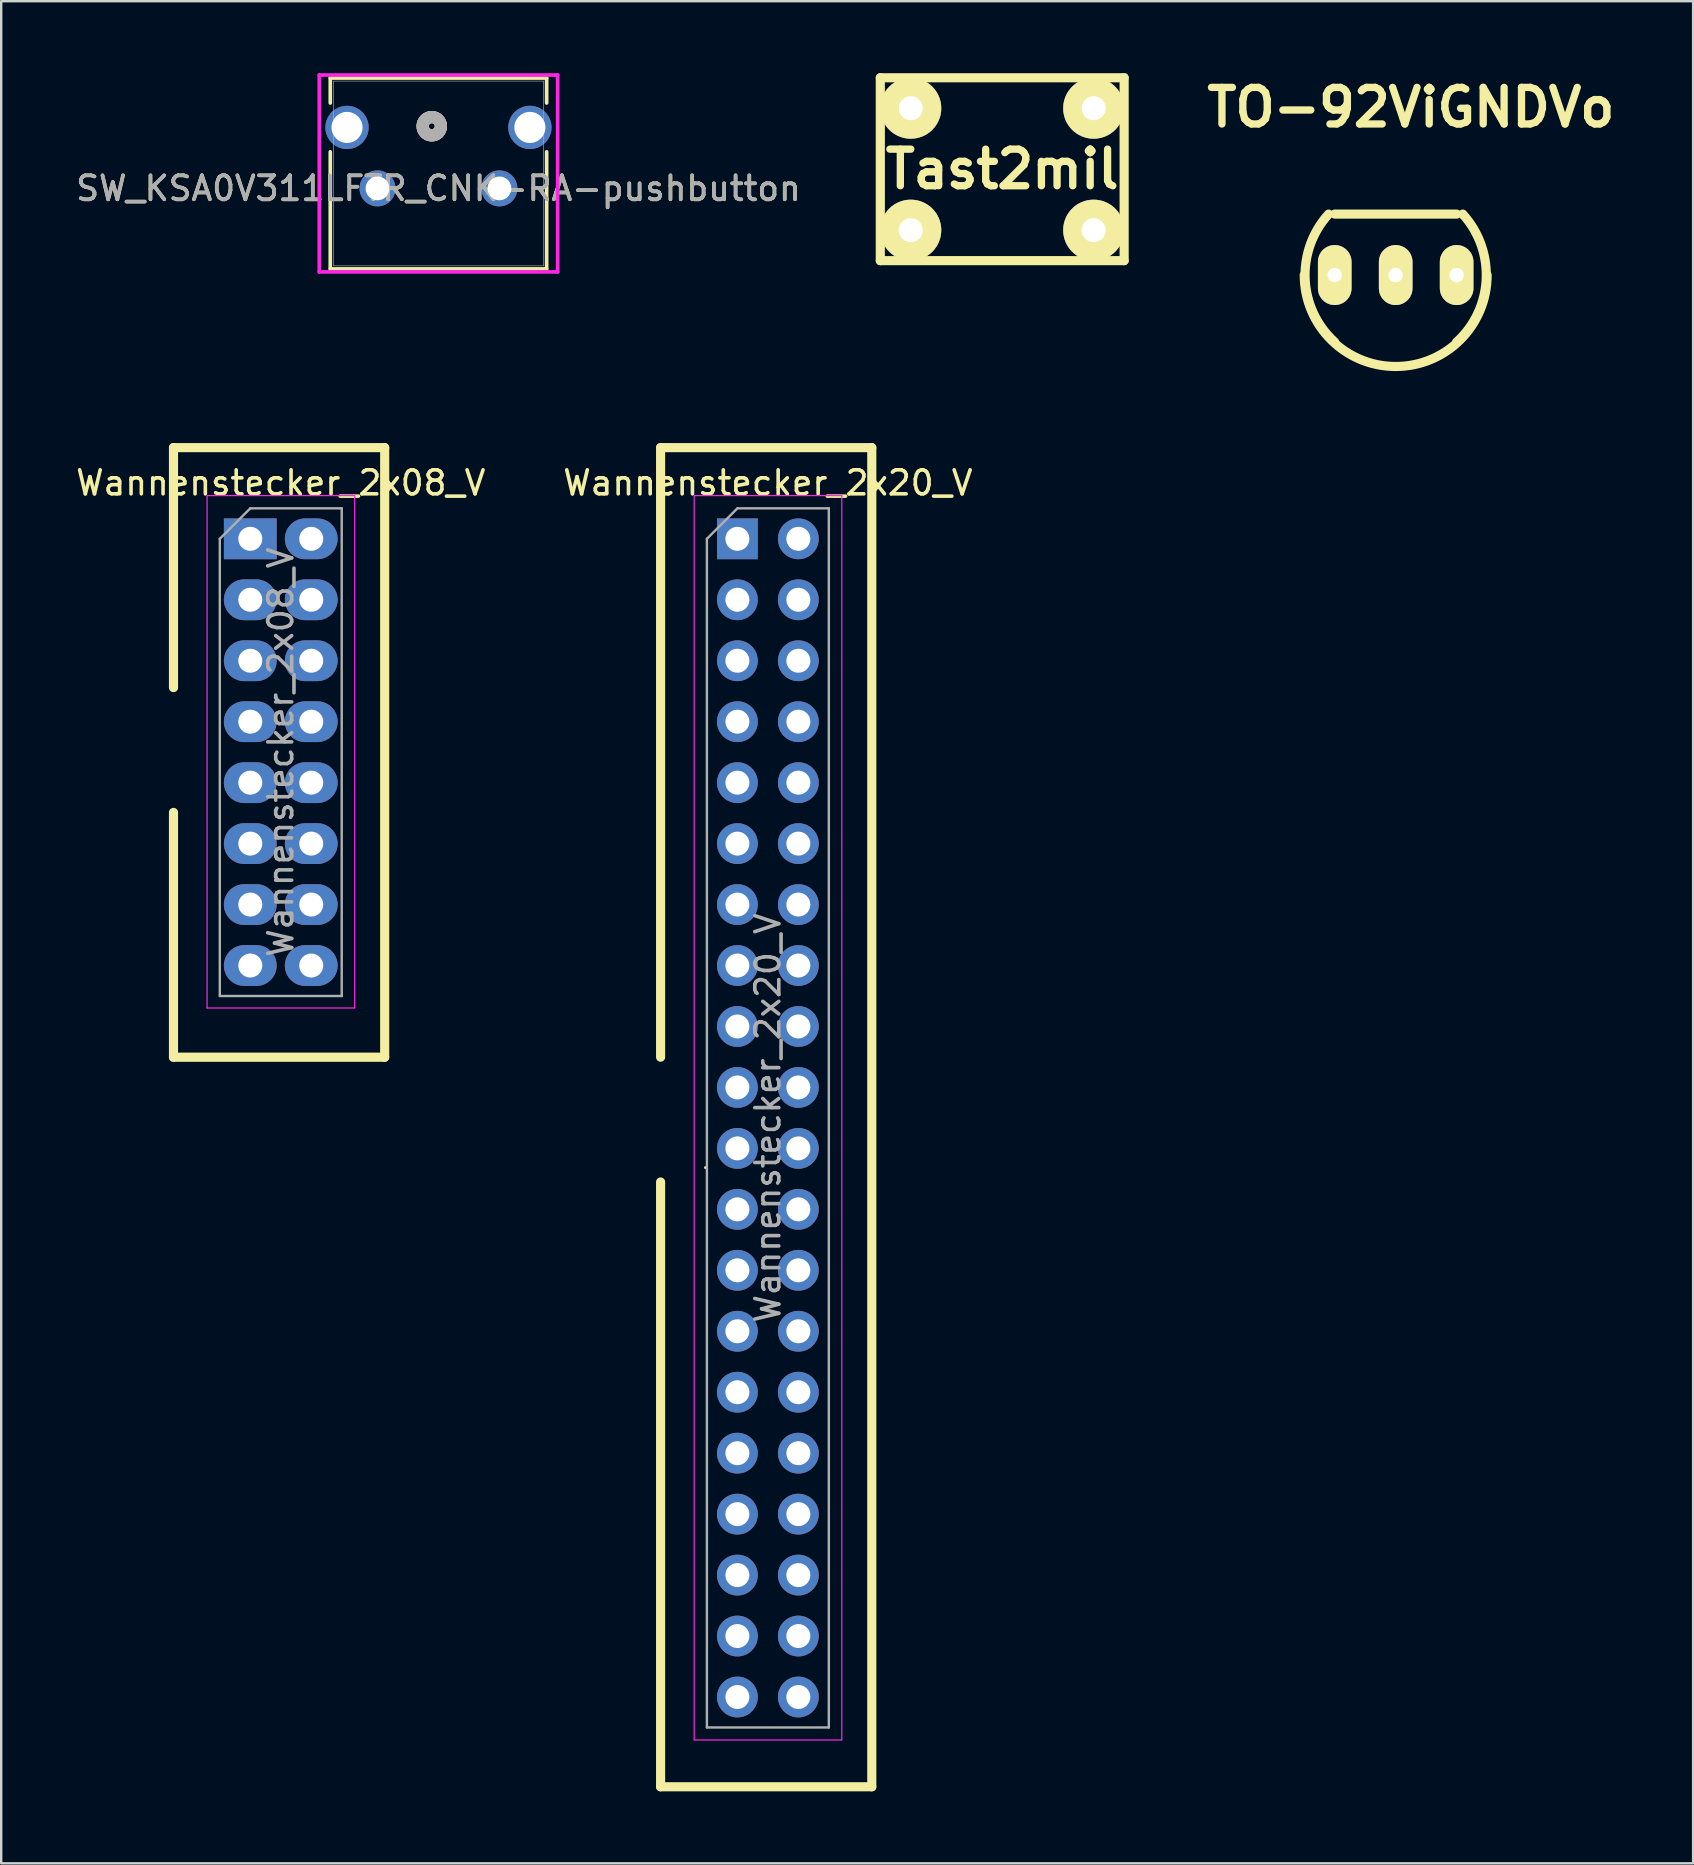
<source format=kicad_pcb>
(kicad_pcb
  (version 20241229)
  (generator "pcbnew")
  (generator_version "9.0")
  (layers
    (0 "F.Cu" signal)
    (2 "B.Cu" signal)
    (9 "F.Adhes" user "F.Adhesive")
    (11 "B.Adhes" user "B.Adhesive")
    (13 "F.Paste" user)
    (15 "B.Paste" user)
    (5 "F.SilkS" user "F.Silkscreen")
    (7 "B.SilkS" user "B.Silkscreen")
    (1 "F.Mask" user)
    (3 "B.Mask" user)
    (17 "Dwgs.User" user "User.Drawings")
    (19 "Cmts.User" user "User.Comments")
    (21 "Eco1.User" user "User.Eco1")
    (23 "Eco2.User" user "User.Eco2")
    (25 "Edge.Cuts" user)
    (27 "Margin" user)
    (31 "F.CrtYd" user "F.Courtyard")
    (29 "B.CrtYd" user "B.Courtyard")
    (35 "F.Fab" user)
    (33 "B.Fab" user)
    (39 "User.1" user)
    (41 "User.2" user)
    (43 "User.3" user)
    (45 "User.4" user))
  (footprint "Wannenstecker_2x20_V"
    (layer "F.Cu")
    (at 27.676 19.402)
    (property "Reference" "Wannenstecker_2x20_V" (at 1.27 -2.33 0) (layer "F.SilkS") (effects (font (size 1 1) (thickness 0.15))))
    (attr through_hole)
    (fp_line (start -3.2 -3.8) (end -3.2 21.6) (stroke (width 0.381) (type solid)) (layer "F.SilkS"))
    (fp_line (start -3.2 -3.8) (end 5.6 -3.8) (stroke (width 0.381) (type solid)) (layer "F.SilkS"))
    (fp_line (start -3.2 52) (end -3.2 26.8) (stroke (width 0.381) (type solid)) (layer "F.SilkS"))
    (fp_line (start -3.2 52) (end 5.6 52) (stroke (width 0.381) (type solid)) (layer "F.SilkS"))
    (fp_line (start -1.33 26.2) (end -1.33 26.2) (stroke (width 0.12) (type solid)) (layer "F.SilkS"))
    (fp_line (start 5.6 52) (end 5.6 -3.8) (stroke (width 0.381) (type solid)) (layer "F.SilkS"))
    (fp_line (start -1.8 -1.8) (end -1.8 50.05) (stroke (width 0.05) (type solid)) (layer "F.CrtYd"))
    (fp_line (start -1.8 50.05) (end 4.35 50.05) (stroke (width 0.05) (type solid)) (layer "F.CrtYd"))
    (fp_line (start 4.35 -1.8) (end -1.8 -1.8) (stroke (width 0.05) (type solid)) (layer "F.CrtYd"))
    (fp_line (start 4.35 50.05) (end 4.35 -1.8) (stroke (width 0.05) (type solid)) (layer "F.CrtYd"))
    (fp_line (start -1.27 0) (end 0 -1.27) (stroke (width 0.1) (type solid)) (layer "F.Fab"))
    (fp_line (start -1.27 49.53) (end -1.27 0) (stroke (width 0.1) (type solid)) (layer "F.Fab"))
    (fp_line (start 0 -1.27) (end 3.81 -1.27) (stroke (width 0.1) (type solid)) (layer "F.Fab"))
    (fp_line (start 3.81 -1.27) (end 3.81 49.53) (stroke (width 0.1) (type solid)) (layer "F.Fab"))
    (fp_line (start 3.81 49.53) (end -1.27 49.53) (stroke (width 0.1) (type solid)) (layer "F.Fab"))
    (fp_text user "${REFERENCE}" (at 1.27 24.13 90) (layer "F.Fab") (effects (font (size 1 1) (thickness 0.15))))
    (pad "1" thru_hole rect (at 0 0) (size 1.7 1.7) (drill 1) (layers "*.Cu" "*.Mask"))
    (pad "2" thru_hole oval (at 2.54 0) (size 1.7 1.7) (drill 1) (layers "*.Cu" "*.Mask"))
    (pad "3" thru_hole oval (at 0 2.54) (size 1.7 1.7) (drill 1) (layers "*.Cu" "*.Mask"))
    (pad "4" thru_hole oval (at 2.54 2.54) (size 1.7 1.7) (drill 1) (layers "*.Cu" "*.Mask"))
    (pad "5" thru_hole oval (at 0 5.08) (size 1.7 1.7) (drill 1) (layers "*.Cu" "*.Mask"))
    (pad "6" thru_hole oval (at 2.54 5.08) (size 1.7 1.7) (drill 1) (layers "*.Cu" "*.Mask"))
    (pad "7" thru_hole oval (at 0 7.62) (size 1.7 1.7) (drill 1) (layers "*.Cu" "*.Mask"))
    (pad "8" thru_hole oval (at 2.54 7.62) (size 1.7 1.7) (drill 1) (layers "*.Cu" "*.Mask"))
    (pad "9" thru_hole oval (at 0 10.16) (size 1.7 1.7) (drill 1) (layers "*.Cu" "*.Mask"))
    (pad "10" thru_hole oval (at 2.54 10.16) (size 1.7 1.7) (drill 1) (layers "*.Cu" "*.Mask"))
    (pad "11" thru_hole oval (at 0 12.7) (size 1.7 1.7) (drill 1) (layers "*.Cu" "*.Mask"))
    (pad "12" thru_hole oval (at 2.54 12.7) (size 1.7 1.7) (drill 1) (layers "*.Cu" "*.Mask"))
    (pad "13" thru_hole oval (at 0 15.24) (size 1.7 1.7) (drill 1) (layers "*.Cu" "*.Mask"))
    (pad "14" thru_hole oval (at 2.54 15.24) (size 1.7 1.7) (drill 1) (layers "*.Cu" "*.Mask"))
    (pad "15" thru_hole oval (at 0 17.78) (size 1.7 1.7) (drill 1) (layers "*.Cu" "*.Mask"))
    (pad "16" thru_hole oval (at 2.54 17.78) (size 1.7 1.7) (drill 1) (layers "*.Cu" "*.Mask"))
    (pad "17" thru_hole oval (at 0 20.32) (size 1.7 1.7) (drill 1) (layers "*.Cu" "*.Mask"))
    (pad "18" thru_hole oval (at 2.54 20.32) (size 1.7 1.7) (drill 1) (layers "*.Cu" "*.Mask"))
    (pad "19" thru_hole oval (at 0 22.86) (size 1.7 1.7) (drill 1) (layers "*.Cu" "*.Mask"))
    (pad "20" thru_hole oval (at 2.54 22.86) (size 1.7 1.7) (drill 1) (layers "*.Cu" "*.Mask"))
    (pad "21" thru_hole oval (at 0 25.4) (size 1.7 1.7) (drill 1) (layers "*.Cu" "*.Mask"))
    (pad "22" thru_hole oval (at 2.54 25.4) (size 1.7 1.7) (drill 1) (layers "*.Cu" "*.Mask"))
    (pad "23" thru_hole oval (at 0 27.94) (size 1.7 1.7) (drill 1) (layers "*.Cu" "*.Mask"))
    (pad "24" thru_hole oval (at 2.54 27.94) (size 1.7 1.7) (drill 1) (layers "*.Cu" "*.Mask"))
    (pad "25" thru_hole oval (at 0 30.48) (size 1.7 1.7) (drill 1) (layers "*.Cu" "*.Mask"))
    (pad "26" thru_hole oval (at 2.54 30.48) (size 1.7 1.7) (drill 1) (layers "*.Cu" "*.Mask"))
    (pad "27" thru_hole oval (at 0 33.02) (size 1.7 1.7) (drill 1) (layers "*.Cu" "*.Mask"))
    (pad "28" thru_hole oval (at 2.54 33.02) (size 1.7 1.7) (drill 1) (layers "*.Cu" "*.Mask"))
    (pad "29" thru_hole oval (at 0 35.56) (size 1.7 1.7) (drill 1) (layers "*.Cu" "*.Mask"))
    (pad "30" thru_hole oval (at 2.54 35.56) (size 1.7 1.7) (drill 1) (layers "*.Cu" "*.Mask"))
    (pad "31" thru_hole oval (at 0 38.1) (size 1.7 1.7) (drill 1) (layers "*.Cu" "*.Mask"))
    (pad "32" thru_hole oval (at 2.54 38.1) (size 1.7 1.7) (drill 1) (layers "*.Cu" "*.Mask"))
    (pad "33" thru_hole oval (at 0 40.64) (size 1.7 1.7) (drill 1) (layers "*.Cu" "*.Mask"))
    (pad "34" thru_hole oval (at 2.54 40.64) (size 1.7 1.7) (drill 1) (layers "*.Cu" "*.Mask"))
    (pad "35" thru_hole oval (at 0 43.18) (size 1.7 1.7) (drill 1) (layers "*.Cu" "*.Mask"))
    (pad "36" thru_hole oval (at 2.54 43.18) (size 1.7 1.7) (drill 1) (layers "*.Cu" "*.Mask"))
    (pad "37" thru_hole oval (at 0 45.72) (size 1.7 1.7) (drill 1) (layers "*.Cu" "*.Mask"))
    (pad "38" thru_hole oval (at 2.54 45.72) (size 1.7 1.7) (drill 1) (layers "*.Cu" "*.Mask"))
    (pad "39" thru_hole oval (at 0 48.26) (size 1.7 1.7) (drill 1) (layers "*.Cu" "*.Mask"))
    (pad "40" thru_hole oval (at 2.54 48.26) (size 1.7 1.7) (drill 1) (layers "*.Cu" "*.Mask")))
  (footprint "SW_KSA0V311LFTR_CNK-RA-pushbutton"
    (layer "F.Cu")
    (at 12.68 4.8)
    (property "Reference" "SW_KSA0V311LFTR_CNK-RA-pushbutton" (at 2.54 0 0) (unlocked yes) (layer "F.SilkS") (effects (font (size 1 1) (thickness 0.15))))
    (attr through_hole)
    (fp_line (start -1.968 -4.597) (end -1.968 -3.558) (stroke (width 0.152) (type solid)) (layer "F.SilkS"))
    (fp_line (start -1.968 -1.522) (end -1.968 3.353) (stroke (width 0.152) (type solid)) (layer "F.SilkS"))
    (fp_line (start -1.968 3.353) (end 7.048 3.353) (stroke (width 0.152) (type solid)) (layer "F.SilkS"))
    (fp_line (start 7.048 -4.597) (end -1.968 -4.597) (stroke (width 0.152) (type solid)) (layer "F.SilkS"))
    (fp_line (start 7.048 -3.558) (end 7.048 -4.597) (stroke (width 0.152) (type solid)) (layer "F.SilkS"))
    (fp_line (start 7.048 3.353) (end 7.048 -1.522) (stroke (width 0.152) (type solid)) (layer "F.SilkS"))
    (fp_circle (center 2.261 -2.591) (end 2.642 -2.591) (stroke (width 0.508) (type solid)) (fill no) (layer "F.SilkS"))
    (fp_circle (center 2.261 -2.591) (end 2.642 -2.591) (stroke (width 0.508) (type solid)) (fill no) (layer "B.SilkS"))
    (fp_line (start -2.426 -4.724) (end -2.426 3.48) (stroke (width 0.152) (type solid)) (layer "F.CrtYd"))
    (fp_line (start -2.426 3.48) (end 7.506 3.48) (stroke (width 0.152) (type solid)) (layer "F.CrtYd"))
    (fp_line (start 7.506 -4.724) (end -2.426 -4.724) (stroke (width 0.152) (type solid)) (layer "F.CrtYd"))
    (fp_line (start 7.506 3.48) (end 7.506 -4.724) (stroke (width 0.152) (type solid)) (layer "F.CrtYd"))
    (fp_line (start -1.841 -4.47) (end -1.841 3.226) (stroke (width 0.025) (type solid)) (layer "F.Fab"))
    (fp_line (start -1.841 3.226) (end 6.921 3.226) (stroke (width 0.025) (type solid)) (layer "F.Fab"))
    (fp_line (start 6.921 -4.47) (end -1.841 -4.47) (stroke (width 0.025) (type solid)) (layer "F.Fab"))
    (fp_line (start 6.921 3.226) (end 6.921 -4.47) (stroke (width 0.025) (type solid)) (layer "F.Fab"))
    (fp_circle (center 2.261 -2.591) (end 2.642 -2.591) (stroke (width 0.508) (type solid)) (fill no) (layer "F.Fab"))
    (fp_text user "${REFERENCE}" (at 2.54 0 0) (unlocked yes) (layer "F.Fab") (effects (font (size 1 1) (thickness 0.15))))
    (pad "1" thru_hole circle (at 0 0) (size 1.499 1.499) (drill 0.991) (layers "*.Cu" "*.Mask"))
    (pad "2" thru_hole circle (at 5.08 0) (size 1.499 1.499) (drill 0.991) (layers "*.Cu" "*.Mask"))
    (pad "3" thru_hole circle (at -1.27 -2.54) (size 1.803 1.803) (drill 1.295) (layers "*.Cu" "*.Mask"))
    (pad "4" thru_hole circle (at 6.35 -2.54) (size 1.803 1.803) (drill 1.295) (layers "*.Cu" "*.Mask")))
  (footprint "Wannenstecker_2x08_V"
    (layer "F.Cu")
    (at 7.379 19.402)
    (property "Reference" "Wannenstecker_2x08_V" (at 1.27 -2.33 0) (layer "F.SilkS") (effects (font (size 1 1) (thickness 0.15))))
    (attr through_hole)
    (fp_line (start -3.2 -3.8) (end -3.2 6.2) (stroke (width 0.381) (type solid)) (layer "F.SilkS"))
    (fp_line (start -3.2 -3.8) (end 5.6 -3.8) (stroke (width 0.381) (type solid)) (layer "F.SilkS"))
    (fp_line (start -3.2 21.6) (end -3.2 11.4) (stroke (width 0.381) (type solid)) (layer "F.SilkS"))
    (fp_line (start -3.2 21.6) (end 5.6 21.6) (stroke (width 0.381) (type solid)) (layer "F.SilkS"))
    (fp_line (start 5.6 -3.8) (end 5.6 21.6) (stroke (width 0.381) (type solid)) (layer "F.SilkS"))
    (fp_line (start -1.8 -1.8) (end -1.8 19.55) (stroke (width 0.05) (type solid)) (layer "F.CrtYd"))
    (fp_line (start -1.8 19.55) (end 4.35 19.55) (stroke (width 0.05) (type solid)) (layer "F.CrtYd"))
    (fp_line (start 4.35 -1.8) (end -1.8 -1.8) (stroke (width 0.05) (type solid)) (layer "F.CrtYd"))
    (fp_line (start 4.35 19.55) (end 4.35 -1.8) (stroke (width 0.05) (type solid)) (layer "F.CrtYd"))
    (fp_line (start -1.27 0) (end 0 -1.27) (stroke (width 0.1) (type solid)) (layer "F.Fab"))
    (fp_line (start -1.27 19.05) (end -1.27 0) (stroke (width 0.1) (type solid)) (layer "F.Fab"))
    (fp_line (start 0 -1.27) (end 3.81 -1.27) (stroke (width 0.1) (type solid)) (layer "F.Fab"))
    (fp_line (start 3.81 -1.27) (end 3.81 19.05) (stroke (width 0.1) (type solid)) (layer "F.Fab"))
    (fp_line (start 3.81 19.05) (end -1.27 19.05) (stroke (width 0.1) (type solid)) (layer "F.Fab"))
    (fp_text user "${REFERENCE}" (at 1.27 8.89 90) (layer "F.Fab") (effects (font (size 1 1) (thickness 0.15))))
    (pad "1" thru_hole rect (at 0 0) (size 2.2 1.7) (drill 1) (layers "*.Cu" "*.Mask"))
    (pad "2" thru_hole oval (at 2.54 0) (size 2.2 1.7) (drill 1) (layers "*.Cu" "*.Mask"))
    (pad "3" thru_hole oval (at 0 2.54) (size 2.2 1.7) (drill 1) (layers "*.Cu" "*.Mask"))
    (pad "4" thru_hole oval (at 2.54 2.54) (size 2.2 1.7) (drill 1) (layers "*.Cu" "*.Mask"))
    (pad "5" thru_hole oval (at 0 5.08) (size 2.2 1.7) (drill 1) (layers "*.Cu" "*.Mask"))
    (pad "6" thru_hole oval (at 2.54 5.08) (size 2.2 1.7) (drill 1) (layers "*.Cu" "*.Mask"))
    (pad "7" thru_hole oval (at 0 7.62) (size 2.2 1.7) (drill 1) (layers "*.Cu" "*.Mask"))
    (pad "8" thru_hole oval (at 2.54 7.62) (size 2.2 1.7) (drill 1) (layers "*.Cu" "*.Mask"))
    (pad "9" thru_hole oval (at 0 10.16) (size 2.2 1.7) (drill 1) (layers "*.Cu" "*.Mask"))
    (pad "10" thru_hole oval (at 2.54 10.16) (size 2.2 1.7) (drill 1) (layers "*.Cu" "*.Mask"))
    (pad "11" thru_hole oval (at 0 12.7) (size 2.2 1.7) (drill 1) (layers "*.Cu" "*.Mask"))
    (pad "12" thru_hole oval (at 2.54 12.7) (size 2.2 1.7) (drill 1) (layers "*.Cu" "*.Mask"))
    (pad "13" thru_hole oval (at 0 15.24) (size 2.2 1.7) (drill 1) (layers "*.Cu" "*.Mask"))
    (pad "14" thru_hole oval (at 2.54 15.24) (size 2.2 1.7) (drill 1) (layers "*.Cu" "*.Mask"))
    (pad "15" thru_hole oval (at 0 17.78) (size 2.2 1.7) (drill 1) (layers "*.Cu" "*.Mask"))
    (pad "16" thru_hole oval (at 2.54 17.78) (size 2.2 1.7) (drill 1) (layers "*.Cu" "*.Mask")))
  (footprint "TO-92ViGNDVo"
    (layer "F.Cu")
    (at 55.106 8.411)
    (property "Reference" "TO-92ViGNDVo" (at 0.635 -6.985 0) (layer "F.SilkS") (effects (font (size 1.524 1.524) (thickness 0.305))))
    (attr through_hole)
    (fp_line (start -2.54 -2.54) (end 2.54 -2.54) (stroke (width 0.381) (type solid)) (layer "F.SilkS"))
    (fp_arc (start -2.54 2.794) (mid -3.771708 0.179605) (end -2.794 -2.54) (stroke (width 0.381) (type solid)) (layer "F.SilkS"))
    (fp_arc (start 0 3.81) (mid -2.694077 2.694077) (end -3.81 0) (stroke (width 0.381) (type solid)) (layer "F.SilkS"))
    (fp_arc (start 2.794 -2.54) (mid 3.771708 0.179605) (end 2.54 2.794) (stroke (width 0.381) (type solid)) (layer "F.SilkS"))
    (fp_arc (start 3.81 0) (mid 2.694077 2.694077) (end 0 3.81) (stroke (width 0.381) (type solid)) (layer "F.SilkS"))
    (pad "GND" thru_hole oval (at 0 0) (size 1.4 2.5) (drill 0.6) (layers "*.Cu" "*.Mask" "F.SilkS"))
    (pad "Vi" thru_hole oval (at -2.54 0) (size 1.4 2.5) (drill 0.6) (layers "*.Cu" "*.Mask" "F.SilkS"))
    (pad "Vo" thru_hole oval (at 2.54 0) (size 1.4 2.5) (drill 0.6) (layers "*.Cu" "*.Mask" "F.SilkS")))
  (footprint "Tast2mil"
    (layer "F.Cu")
    (at 38.711 4)
    (property "Reference" "Tast2mil" (at 0 0 0) (layer "F.SilkS") (effects (font (size 1.524 1.524) (thickness 0.305))))
    (attr through_hole)
    (fp_line (start -5.08 -3.81) (end 5.08 -3.81) (stroke (width 0.381) (type solid)) (layer "F.SilkS"))
    (fp_line (start -5.08 3.81) (end -5.08 -3.81) (stroke (width 0.381) (type solid)) (layer "F.SilkS"))
    (fp_line (start 5.08 -3.81) (end 5.08 3.81) (stroke (width 0.381) (type solid)) (layer "F.SilkS"))
    (fp_line (start 5.08 3.81) (end -5.08 3.81) (stroke (width 0.381) (type solid)) (layer "F.SilkS"))
    (pad "1" thru_hole circle (at -3.81 -2.54) (size 2.54 2.54) (drill 1.001) (layers "*.Cu" "*.Mask" "F.SilkS"))
    (pad "1" thru_hole circle (at 3.81 -2.54) (size 2.54 2.54) (drill 1.001) (layers "*.Cu" "*.Mask" "F.SilkS"))
    (pad "2" thru_hole circle (at -3.81 2.54) (size 2.54 2.54) (drill 1.001) (layers "*.Cu" "*.Mask" "F.SilkS"))
    (pad "2" thru_hole circle (at 3.81 2.54) (size 2.54 2.54) (drill 1.001) (layers "*.Cu" "*.Mask" "F.SilkS")))
  (gr_rect
    (start -3 -3)
    (end 67.5 74.593)
    (stroke (width 0.1) (type default))
    (fill no)
    (layer "Edge.Cuts")))
</source>
